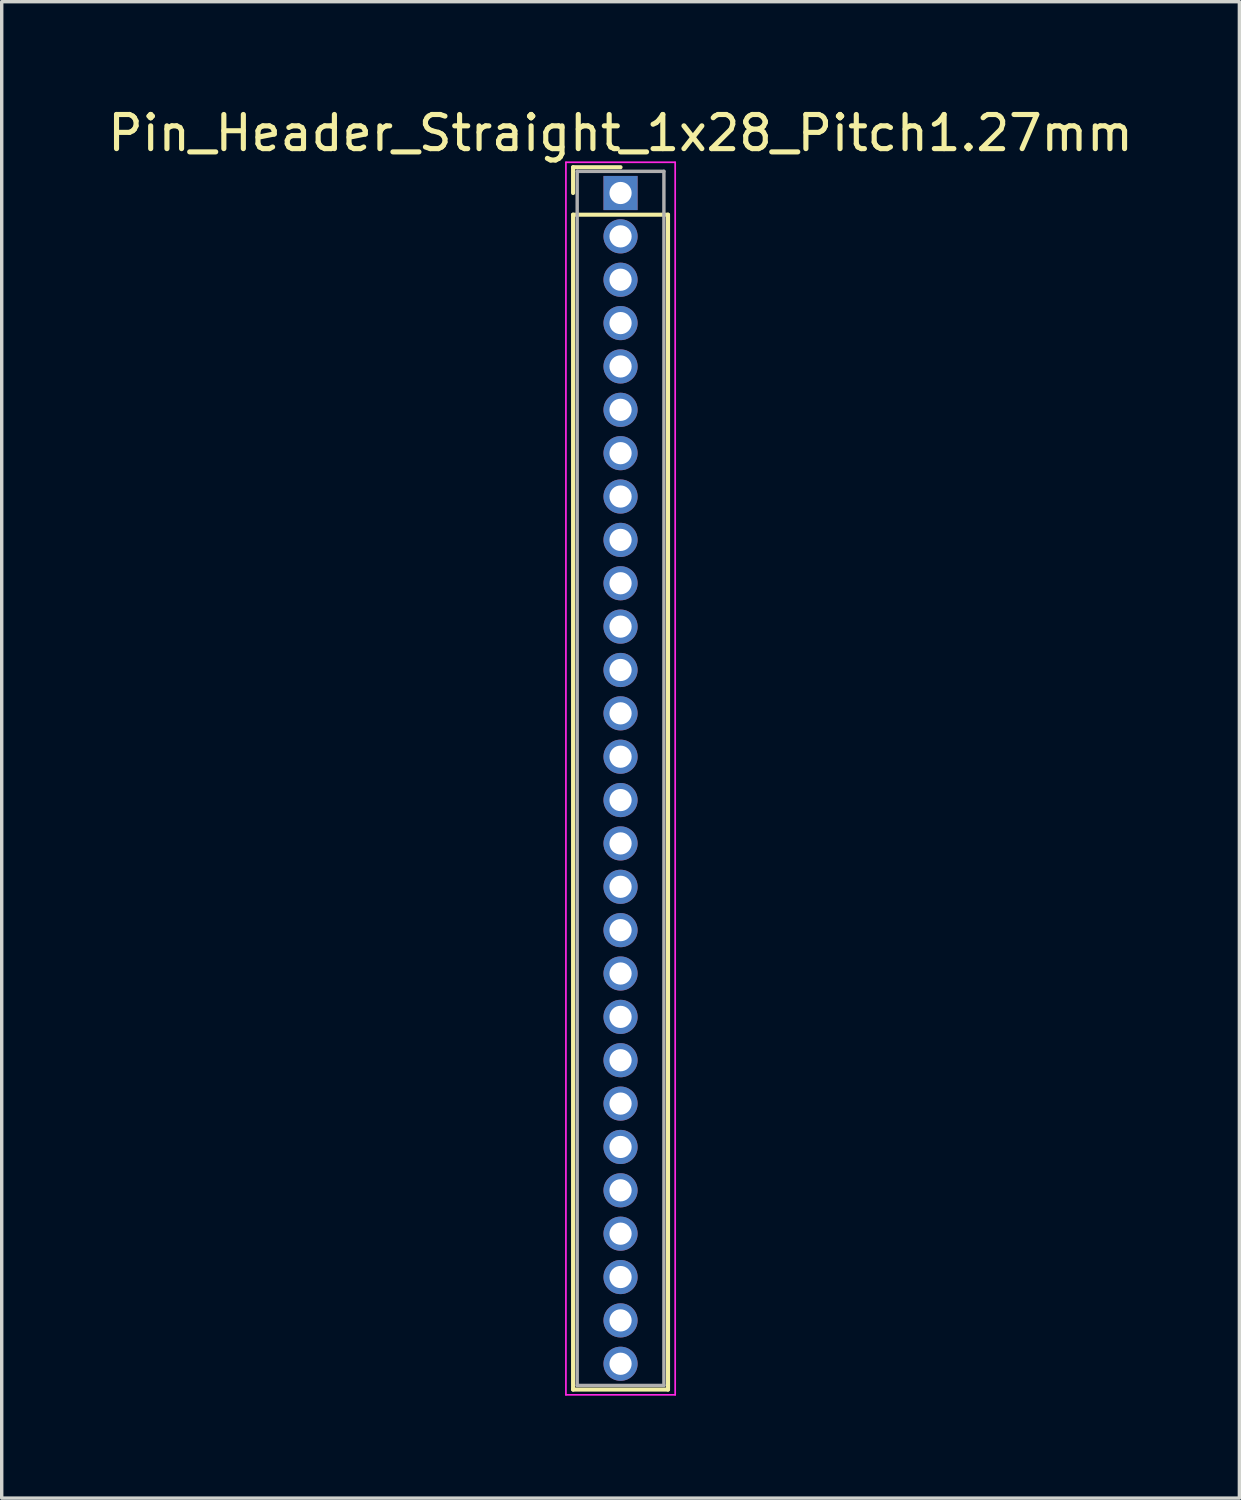
<source format=kicad_pcb>
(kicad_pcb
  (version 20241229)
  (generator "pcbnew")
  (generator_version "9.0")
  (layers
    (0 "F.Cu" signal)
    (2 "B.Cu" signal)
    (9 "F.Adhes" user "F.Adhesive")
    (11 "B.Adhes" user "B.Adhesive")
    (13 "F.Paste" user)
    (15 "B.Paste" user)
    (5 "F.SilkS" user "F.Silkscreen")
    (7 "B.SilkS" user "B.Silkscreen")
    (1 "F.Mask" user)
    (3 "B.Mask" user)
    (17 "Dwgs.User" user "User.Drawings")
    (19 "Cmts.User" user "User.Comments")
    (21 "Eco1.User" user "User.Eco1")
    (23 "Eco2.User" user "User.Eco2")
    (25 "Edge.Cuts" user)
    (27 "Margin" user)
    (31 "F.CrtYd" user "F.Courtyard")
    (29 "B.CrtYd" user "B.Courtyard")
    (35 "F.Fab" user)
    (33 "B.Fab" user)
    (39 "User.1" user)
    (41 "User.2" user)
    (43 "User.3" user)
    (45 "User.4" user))
  (footprint "Pin_Header_Straight_1x28_Pitch1.27mm"
    (layer "F.Cu")
    (at 15.125 2.603)
    (property "Reference" "Pin_Header_Straight_1x28_Pitch1.27mm" (at 0 -1.755 0) (layer "F.SilkS") (effects (font (size 1 1) (thickness 0.15))))
    (attr through_hole)
    (fp_line (start -1.39 -0.755) (end 0 -0.755) (stroke (width 0.12) (type solid)) (layer "F.SilkS"))
    (fp_line (start -1.39 0) (end -1.39 -0.755) (stroke (width 0.12) (type solid)) (layer "F.SilkS"))
    (fp_line (start -1.39 0.635) (end -1.39 35.045) (stroke (width 0.12) (type solid)) (layer "F.SilkS"))
    (fp_line (start -1.39 35.045) (end 1.39 35.045) (stroke (width 0.12) (type solid)) (layer "F.SilkS"))
    (fp_line (start 1.39 0.635) (end -1.39 0.635) (stroke (width 0.12) (type solid)) (layer "F.SilkS"))
    (fp_line (start 1.39 35.045) (end 1.39 0.635) (stroke (width 0.12) (type solid)) (layer "F.SilkS"))
    (fp_line (start -1.6 -0.9) (end -1.6 35.2) (stroke (width 0.05) (type solid)) (layer "F.CrtYd"))
    (fp_line (start -1.6 35.2) (end 1.6 35.2) (stroke (width 0.05) (type solid)) (layer "F.CrtYd"))
    (fp_line (start 1.6 -0.9) (end -1.6 -0.9) (stroke (width 0.05) (type solid)) (layer "F.CrtYd"))
    (fp_line (start 1.6 35.2) (end 1.6 -0.9) (stroke (width 0.05) (type solid)) (layer "F.CrtYd"))
    (fp_line (start -1.27 -0.635) (end -1.27 34.925) (stroke (width 0.1) (type solid)) (layer "F.Fab"))
    (fp_line (start -1.27 34.925) (end 1.27 34.925) (stroke (width 0.1) (type solid)) (layer "F.Fab"))
    (fp_line (start 1.27 -0.635) (end -1.27 -0.635) (stroke (width 0.1) (type solid)) (layer "F.Fab"))
    (fp_line (start 1.27 34.925) (end 1.27 -0.635) (stroke (width 0.1) (type solid)) (layer "F.Fab"))
    (pad "1" thru_hole rect (at 0 0) (size 1 1) (drill 0.65) (layers "*.Cu" "*.Mask"))
    (pad "2" thru_hole oval (at 0 1.27) (size 1 1) (drill 0.65) (layers "*.Cu" "*.Mask"))
    (pad "3" thru_hole oval (at 0 2.54) (size 1 1) (drill 0.65) (layers "*.Cu" "*.Mask"))
    (pad "4" thru_hole oval (at 0 3.81) (size 1 1) (drill 0.65) (layers "*.Cu" "*.Mask"))
    (pad "5" thru_hole oval (at 0 5.08) (size 1 1) (drill 0.65) (layers "*.Cu" "*.Mask"))
    (pad "6" thru_hole oval (at 0 6.35) (size 1 1) (drill 0.65) (layers "*.Cu" "*.Mask"))
    (pad "7" thru_hole oval (at 0 7.62) (size 1 1) (drill 0.65) (layers "*.Cu" "*.Mask"))
    (pad "8" thru_hole oval (at 0 8.89) (size 1 1) (drill 0.65) (layers "*.Cu" "*.Mask"))
    (pad "9" thru_hole oval (at 0 10.16) (size 1 1) (drill 0.65) (layers "*.Cu" "*.Mask"))
    (pad "10" thru_hole oval (at 0 11.43) (size 1 1) (drill 0.65) (layers "*.Cu" "*.Mask"))
    (pad "11" thru_hole oval (at 0 12.7) (size 1 1) (drill 0.65) (layers "*.Cu" "*.Mask"))
    (pad "12" thru_hole oval (at 0 13.97) (size 1 1) (drill 0.65) (layers "*.Cu" "*.Mask"))
    (pad "13" thru_hole oval (at 0 15.24) (size 1 1) (drill 0.65) (layers "*.Cu" "*.Mask"))
    (pad "14" thru_hole oval (at 0 16.51) (size 1 1) (drill 0.65) (layers "*.Cu" "*.Mask"))
    (pad "15" thru_hole oval (at 0 17.78) (size 1 1) (drill 0.65) (layers "*.Cu" "*.Mask"))
    (pad "16" thru_hole oval (at 0 19.05) (size 1 1) (drill 0.65) (layers "*.Cu" "*.Mask"))
    (pad "17" thru_hole oval (at 0 20.32) (size 1 1) (drill 0.65) (layers "*.Cu" "*.Mask"))
    (pad "18" thru_hole oval (at 0 21.59) (size 1 1) (drill 0.65) (layers "*.Cu" "*.Mask"))
    (pad "19" thru_hole oval (at 0 22.86) (size 1 1) (drill 0.65) (layers "*.Cu" "*.Mask"))
    (pad "20" thru_hole oval (at 0 24.13) (size 1 1) (drill 0.65) (layers "*.Cu" "*.Mask"))
    (pad "21" thru_hole oval (at 0 25.4) (size 1 1) (drill 0.65) (layers "*.Cu" "*.Mask"))
    (pad "22" thru_hole oval (at 0 26.67) (size 1 1) (drill 0.65) (layers "*.Cu" "*.Mask"))
    (pad "23" thru_hole oval (at 0 27.94) (size 1 1) (drill 0.65) (layers "*.Cu" "*.Mask"))
    (pad "24" thru_hole oval (at 0 29.21) (size 1 1) (drill 0.65) (layers "*.Cu" "*.Mask"))
    (pad "25" thru_hole oval (at 0 30.48) (size 1 1) (drill 0.65) (layers "*.Cu" "*.Mask"))
    (pad "26" thru_hole oval (at 0 31.75) (size 1 1) (drill 0.65) (layers "*.Cu" "*.Mask"))
    (pad "27" thru_hole oval (at 0 33.02) (size 1 1) (drill 0.65) (layers "*.Cu" "*.Mask"))
    (pad "28" thru_hole oval (at 0 34.29) (size 1 1) (drill 0.65) (layers "*.Cu" "*.Mask")))
  (gr_rect
    (start -3 -3)
    (end 33.25 40.828)
    (stroke (width 0.1) (type default))
    (fill no)
    (layer "Edge.Cuts")))
</source>
